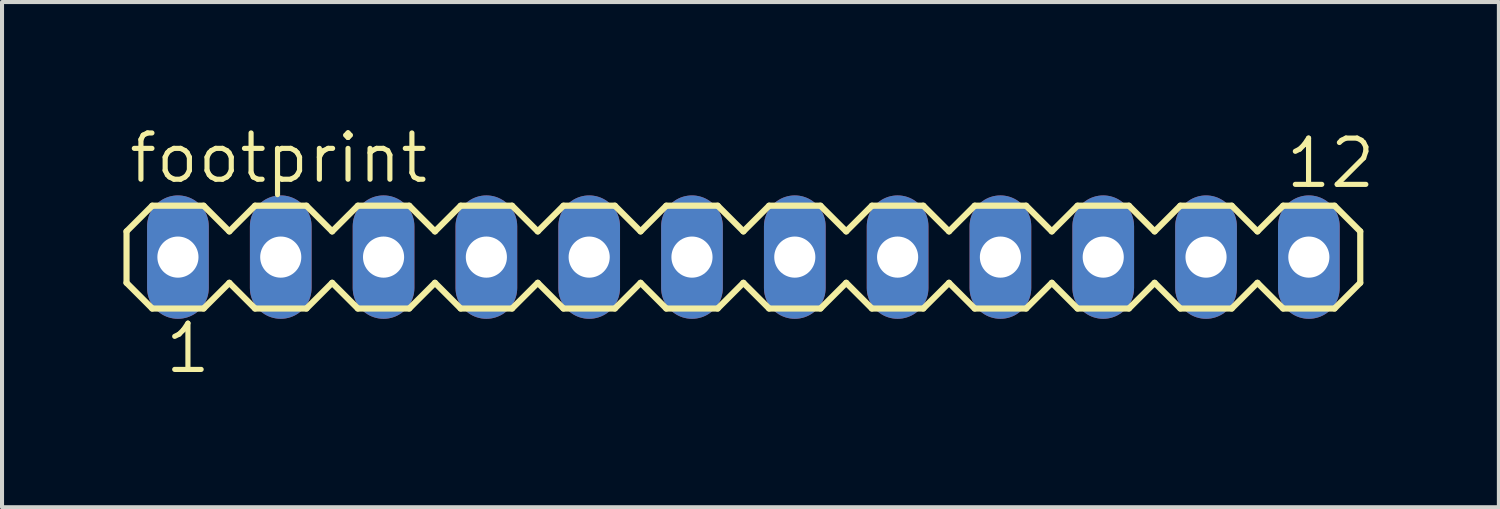
<source format=kicad_pcb>
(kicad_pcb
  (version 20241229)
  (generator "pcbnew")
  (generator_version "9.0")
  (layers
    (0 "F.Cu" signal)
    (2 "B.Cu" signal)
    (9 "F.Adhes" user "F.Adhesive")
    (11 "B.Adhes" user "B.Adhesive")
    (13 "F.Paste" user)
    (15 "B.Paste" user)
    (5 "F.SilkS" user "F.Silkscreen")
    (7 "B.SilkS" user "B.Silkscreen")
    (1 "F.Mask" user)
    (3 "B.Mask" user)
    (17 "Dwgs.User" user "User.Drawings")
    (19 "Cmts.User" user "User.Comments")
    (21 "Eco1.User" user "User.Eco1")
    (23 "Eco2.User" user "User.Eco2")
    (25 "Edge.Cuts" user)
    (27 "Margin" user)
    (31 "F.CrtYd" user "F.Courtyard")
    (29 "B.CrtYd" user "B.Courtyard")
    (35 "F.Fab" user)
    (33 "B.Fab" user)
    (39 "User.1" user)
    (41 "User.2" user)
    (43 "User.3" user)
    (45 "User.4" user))
  (footprint "footprint"
    (layer "F.Cu")
    (at 15.316 3.302)
    (property "Reference" "footprint" (at -15.24 -1.778 0) (layer "F.SilkS") (effects (font (size 1.143 1.143) (thickness 0.127)) (justify left bottom)))
    (fp_line (start -15.24 -0.635) (end -15.24 0.635) (stroke (width 0.152) (type solid)) (layer "F.SilkS"))
    (fp_line (start -15.24 0.635) (end -14.605 1.27) (stroke (width 0.152) (type solid)) (layer "F.SilkS"))
    (fp_line (start -14.605 -1.27) (end -15.24 -0.635) (stroke (width 0.152) (type solid)) (layer "F.SilkS"))
    (fp_line (start -14.605 -1.27) (end -13.335 -1.27) (stroke (width 0.152) (type solid)) (layer "F.SilkS"))
    (fp_line (start -13.335 -1.27) (end -12.7 -0.635) (stroke (width 0.152) (type solid)) (layer "F.SilkS"))
    (fp_line (start -13.335 1.27) (end -14.605 1.27) (stroke (width 0.152) (type solid)) (layer "F.SilkS"))
    (fp_line (start -12.7 -0.635) (end -12.065 -1.27) (stroke (width 0.152) (type solid)) (layer "F.SilkS"))
    (fp_line (start -12.7 0.635) (end -13.335 1.27) (stroke (width 0.152) (type solid)) (layer "F.SilkS"))
    (fp_line (start -12.065 -1.27) (end -10.795 -1.27) (stroke (width 0.152) (type solid)) (layer "F.SilkS"))
    (fp_line (start -12.065 1.27) (end -12.7 0.635) (stroke (width 0.152) (type solid)) (layer "F.SilkS"))
    (fp_line (start -10.795 -1.27) (end -10.16 -0.635) (stroke (width 0.152) (type solid)) (layer "F.SilkS"))
    (fp_line (start -10.795 1.27) (end -12.065 1.27) (stroke (width 0.152) (type solid)) (layer "F.SilkS"))
    (fp_line (start -10.16 -0.635) (end -9.525 -1.27) (stroke (width 0.152) (type solid)) (layer "F.SilkS"))
    (fp_line (start -10.16 0.635) (end -10.795 1.27) (stroke (width 0.152) (type solid)) (layer "F.SilkS"))
    (fp_line (start -9.525 -1.27) (end -8.255 -1.27) (stroke (width 0.152) (type solid)) (layer "F.SilkS"))
    (fp_line (start -9.525 1.27) (end -10.16 0.635) (stroke (width 0.152) (type solid)) (layer "F.SilkS"))
    (fp_line (start -8.255 -1.27) (end -7.62 -0.635) (stroke (width 0.152) (type solid)) (layer "F.SilkS"))
    (fp_line (start -8.255 1.27) (end -9.525 1.27) (stroke (width 0.152) (type solid)) (layer "F.SilkS"))
    (fp_line (start -7.62 0.635) (end -8.255 1.27) (stroke (width 0.152) (type solid)) (layer "F.SilkS"))
    (fp_line (start -7.62 0.635) (end -6.985 1.27) (stroke (width 0.152) (type solid)) (layer "F.SilkS"))
    (fp_line (start -6.985 -1.27) (end -7.62 -0.635) (stroke (width 0.152) (type solid)) (layer "F.SilkS"))
    (fp_line (start -6.985 -1.27) (end -5.715 -1.27) (stroke (width 0.152) (type solid)) (layer "F.SilkS"))
    (fp_line (start -5.715 -1.27) (end -5.08 -0.635) (stroke (width 0.152) (type solid)) (layer "F.SilkS"))
    (fp_line (start -5.715 1.27) (end -6.985 1.27) (stroke (width 0.152) (type solid)) (layer "F.SilkS"))
    (fp_line (start -5.08 -0.635) (end -4.445 -1.27) (stroke (width 0.152) (type solid)) (layer "F.SilkS"))
    (fp_line (start -5.08 0.635) (end -5.715 1.27) (stroke (width 0.152) (type solid)) (layer "F.SilkS"))
    (fp_line (start -4.445 -1.27) (end -3.175 -1.27) (stroke (width 0.152) (type solid)) (layer "F.SilkS"))
    (fp_line (start -4.445 1.27) (end -5.08 0.635) (stroke (width 0.152) (type solid)) (layer "F.SilkS"))
    (fp_line (start -3.175 -1.27) (end -2.54 -0.635) (stroke (width 0.152) (type solid)) (layer "F.SilkS"))
    (fp_line (start -3.175 1.27) (end -4.445 1.27) (stroke (width 0.152) (type solid)) (layer "F.SilkS"))
    (fp_line (start -2.54 -0.635) (end -1.905 -1.27) (stroke (width 0.152) (type solid)) (layer "F.SilkS"))
    (fp_line (start -2.54 0.635) (end -3.175 1.27) (stroke (width 0.152) (type solid)) (layer "F.SilkS"))
    (fp_line (start -1.905 -1.27) (end -0.635 -1.27) (stroke (width 0.152) (type solid)) (layer "F.SilkS"))
    (fp_line (start -1.905 1.27) (end -2.54 0.635) (stroke (width 0.152) (type solid)) (layer "F.SilkS"))
    (fp_line (start -0.635 -1.27) (end 0 -0.635) (stroke (width 0.152) (type solid)) (layer "F.SilkS"))
    (fp_line (start -0.635 1.27) (end -1.905 1.27) (stroke (width 0.152) (type solid)) (layer "F.SilkS"))
    (fp_line (start 0 0.635) (end -0.635 1.27) (stroke (width 0.152) (type solid)) (layer "F.SilkS"))
    (fp_line (start 0 0.635) (end 0.635 1.27) (stroke (width 0.152) (type solid)) (layer "F.SilkS"))
    (fp_line (start 0.635 -1.27) (end 0 -0.635) (stroke (width 0.152) (type solid)) (layer "F.SilkS"))
    (fp_line (start 0.635 -1.27) (end 1.905 -1.27) (stroke (width 0.152) (type solid)) (layer "F.SilkS"))
    (fp_line (start 1.905 -1.27) (end 2.54 -0.635) (stroke (width 0.152) (type solid)) (layer "F.SilkS"))
    (fp_line (start 1.905 1.27) (end 0.635 1.27) (stroke (width 0.152) (type solid)) (layer "F.SilkS"))
    (fp_line (start 2.54 -0.635) (end 3.175 -1.27) (stroke (width 0.152) (type solid)) (layer "F.SilkS"))
    (fp_line (start 2.54 0.635) (end 1.905 1.27) (stroke (width 0.152) (type solid)) (layer "F.SilkS"))
    (fp_line (start 3.175 -1.27) (end 4.445 -1.27) (stroke (width 0.152) (type solid)) (layer "F.SilkS"))
    (fp_line (start 3.175 1.27) (end 2.54 0.635) (stroke (width 0.152) (type solid)) (layer "F.SilkS"))
    (fp_line (start 4.445 -1.27) (end 5.08 -0.635) (stroke (width 0.152) (type solid)) (layer "F.SilkS"))
    (fp_line (start 4.445 1.27) (end 3.175 1.27) (stroke (width 0.152) (type solid)) (layer "F.SilkS"))
    (fp_line (start 5.08 -0.635) (end 5.715 -1.27) (stroke (width 0.152) (type solid)) (layer "F.SilkS"))
    (fp_line (start 5.08 0.635) (end 4.445 1.27) (stroke (width 0.152) (type solid)) (layer "F.SilkS"))
    (fp_line (start 5.715 -1.27) (end 6.985 -1.27) (stroke (width 0.152) (type solid)) (layer "F.SilkS"))
    (fp_line (start 5.715 1.27) (end 5.08 0.635) (stroke (width 0.152) (type solid)) (layer "F.SilkS"))
    (fp_line (start 6.985 -1.27) (end 7.62 -0.635) (stroke (width 0.152) (type solid)) (layer "F.SilkS"))
    (fp_line (start 6.985 1.27) (end 5.715 1.27) (stroke (width 0.152) (type solid)) (layer "F.SilkS"))
    (fp_line (start 7.62 0.635) (end 6.985 1.27) (stroke (width 0.152) (type solid)) (layer "F.SilkS"))
    (fp_line (start 7.62 0.635) (end 8.255 1.27) (stroke (width 0.152) (type solid)) (layer "F.SilkS"))
    (fp_line (start 8.255 -1.27) (end 7.62 -0.635) (stroke (width 0.152) (type solid)) (layer "F.SilkS"))
    (fp_line (start 8.255 -1.27) (end 9.525 -1.27) (stroke (width 0.152) (type solid)) (layer "F.SilkS"))
    (fp_line (start 9.525 -1.27) (end 10.16 -0.635) (stroke (width 0.152) (type solid)) (layer "F.SilkS"))
    (fp_line (start 9.525 1.27) (end 8.255 1.27) (stroke (width 0.152) (type solid)) (layer "F.SilkS"))
    (fp_line (start 10.16 -0.635) (end 10.795 -1.27) (stroke (width 0.152) (type solid)) (layer "F.SilkS"))
    (fp_line (start 10.16 0.635) (end 9.525 1.27) (stroke (width 0.152) (type solid)) (layer "F.SilkS"))
    (fp_line (start 10.795 -1.27) (end 12.065 -1.27) (stroke (width 0.152) (type solid)) (layer "F.SilkS"))
    (fp_line (start 10.795 1.27) (end 10.16 0.635) (stroke (width 0.152) (type solid)) (layer "F.SilkS"))
    (fp_line (start 12.065 -1.27) (end 12.7 -0.635) (stroke (width 0.152) (type solid)) (layer "F.SilkS"))
    (fp_line (start 12.065 1.27) (end 10.795 1.27) (stroke (width 0.152) (type solid)) (layer "F.SilkS"))
    (fp_line (start 12.7 -0.635) (end 13.335 -1.27) (stroke (width 0.152) (type solid)) (layer "F.SilkS"))
    (fp_line (start 12.7 0.635) (end 12.065 1.27) (stroke (width 0.152) (type solid)) (layer "F.SilkS"))
    (fp_line (start 13.335 -1.27) (end 14.605 -1.27) (stroke (width 0.152) (type solid)) (layer "F.SilkS"))
    (fp_line (start 13.335 1.27) (end 12.7 0.635) (stroke (width 0.152) (type solid)) (layer "F.SilkS"))
    (fp_line (start 14.605 -1.27) (end 15.24 -0.635) (stroke (width 0.152) (type solid)) (layer "F.SilkS"))
    (fp_line (start 14.605 1.27) (end 13.335 1.27) (stroke (width 0.152) (type solid)) (layer "F.SilkS"))
    (fp_line (start 15.24 -0.635) (end 15.24 0.635) (stroke (width 0.152) (type solid)) (layer "F.SilkS"))
    (fp_line (start 15.24 0.635) (end 14.605 1.27) (stroke (width 0.152) (type solid)) (layer "F.SilkS"))
    (fp_poly (pts (xy -14.224 0.254) (xy -13.716 0.254) (xy -13.716 -0.254) (xy -14.224 -0.254)) (stroke (width 0.1) (type solid)) (fill no) (layer "F.Fab"))
    (fp_poly (pts (xy -11.684 0.254) (xy -11.176 0.254) (xy -11.176 -0.254) (xy -11.684 -0.254)) (stroke (width 0.1) (type solid)) (fill no) (layer "F.Fab"))
    (fp_poly (pts (xy -9.144 0.254) (xy -8.636 0.254) (xy -8.636 -0.254) (xy -9.144 -0.254)) (stroke (width 0.1) (type solid)) (fill no) (layer "F.Fab"))
    (fp_poly (pts (xy -6.604 0.254) (xy -6.096 0.254) (xy -6.096 -0.254) (xy -6.604 -0.254)) (stroke (width 0.1) (type solid)) (fill no) (layer "F.Fab"))
    (fp_poly (pts (xy -4.064 0.254) (xy -3.556 0.254) (xy -3.556 -0.254) (xy -4.064 -0.254)) (stroke (width 0.1) (type solid)) (fill no) (layer "F.Fab"))
    (fp_poly (pts (xy -1.524 0.254) (xy -1.016 0.254) (xy -1.016 -0.254) (xy -1.524 -0.254)) (stroke (width 0.1) (type solid)) (fill no) (layer "F.Fab"))
    (fp_poly (pts (xy 1.016 0.254) (xy 1.524 0.254) (xy 1.524 -0.254) (xy 1.016 -0.254)) (stroke (width 0.1) (type solid)) (fill no) (layer "F.Fab"))
    (fp_poly (pts (xy 3.556 0.254) (xy 4.064 0.254) (xy 4.064 -0.254) (xy 3.556 -0.254)) (stroke (width 0.1) (type solid)) (fill no) (layer "F.Fab"))
    (fp_poly (pts (xy 6.096 0.254) (xy 6.604 0.254) (xy 6.604 -0.254) (xy 6.096 -0.254)) (stroke (width 0.1) (type solid)) (fill no) (layer "F.Fab"))
    (fp_poly (pts (xy 8.636 0.254) (xy 9.144 0.254) (xy 9.144 -0.254) (xy 8.636 -0.254)) (stroke (width 0.1) (type solid)) (fill no) (layer "F.Fab"))
    (fp_poly (pts (xy 11.176 0.254) (xy 11.684 0.254) (xy 11.684 -0.254) (xy 11.176 -0.254)) (stroke (width 0.1) (type solid)) (fill no) (layer "F.Fab"))
    (fp_poly (pts (xy 13.716 0.254) (xy 14.224 0.254) (xy 14.224 -0.254) (xy 13.716 -0.254)) (stroke (width 0.1) (type solid)) (fill no) (layer "F.Fab"))
    (fp_text user "12" (at 13.335 -1.651 0) (layer "F.SilkS") (effects (font (size 1.143 1.143) (thickness 0.127)) (justify left bottom)))
    (fp_text user "1" (at -14.351 2.921 0) (layer "F.SilkS") (effects (font (size 1.143 1.143) (thickness 0.127)) (justify left bottom)))
    (pad "1" thru_hole oval (at -13.97 0 90) (size 3.048 1.524) (drill 1.016) (layers "*.Cu" "*.Mask"))
    (pad "2" thru_hole oval (at -11.43 0 90) (size 3.048 1.524) (drill 1.016) (layers "*.Cu" "*.Mask"))
    (pad "3" thru_hole oval (at -8.89 0 90) (size 3.048 1.524) (drill 1.016) (layers "*.Cu" "*.Mask"))
    (pad "4" thru_hole oval (at -6.35 0 90) (size 3.048 1.524) (drill 1.016) (layers "*.Cu" "*.Mask"))
    (pad "5" thru_hole oval (at -3.81 0 90) (size 3.048 1.524) (drill 1.016) (layers "*.Cu" "*.Mask"))
    (pad "6" thru_hole oval (at -1.27 0 90) (size 3.048 1.524) (drill 1.016) (layers "*.Cu" "*.Mask"))
    (pad "7" thru_hole oval (at 1.27 0 90) (size 3.048 1.524) (drill 1.016) (layers "*.Cu" "*.Mask"))
    (pad "8" thru_hole oval (at 3.81 0 90) (size 3.048 1.524) (drill 1.016) (layers "*.Cu" "*.Mask"))
    (pad "9" thru_hole oval (at 6.35 0 90) (size 3.048 1.524) (drill 1.016) (layers "*.Cu" "*.Mask"))
    (pad "10" thru_hole oval (at 8.89 0 90) (size 3.048 1.524) (drill 1.016) (layers "*.Cu" "*.Mask"))
    (pad "11" thru_hole oval (at 11.43 0 90) (size 3.048 1.524) (drill 1.016) (layers "*.Cu" "*.Mask"))
    (pad "12" thru_hole oval (at 13.97 0 90) (size 3.048 1.524) (drill 1.016) (layers "*.Cu" "*.Mask")))
  (gr_rect
    (start -3 -3)
    (end 33.981 9.482)
    (stroke (width 0.1) (type default))
    (fill no)
    (layer "Edge.Cuts")))
</source>
